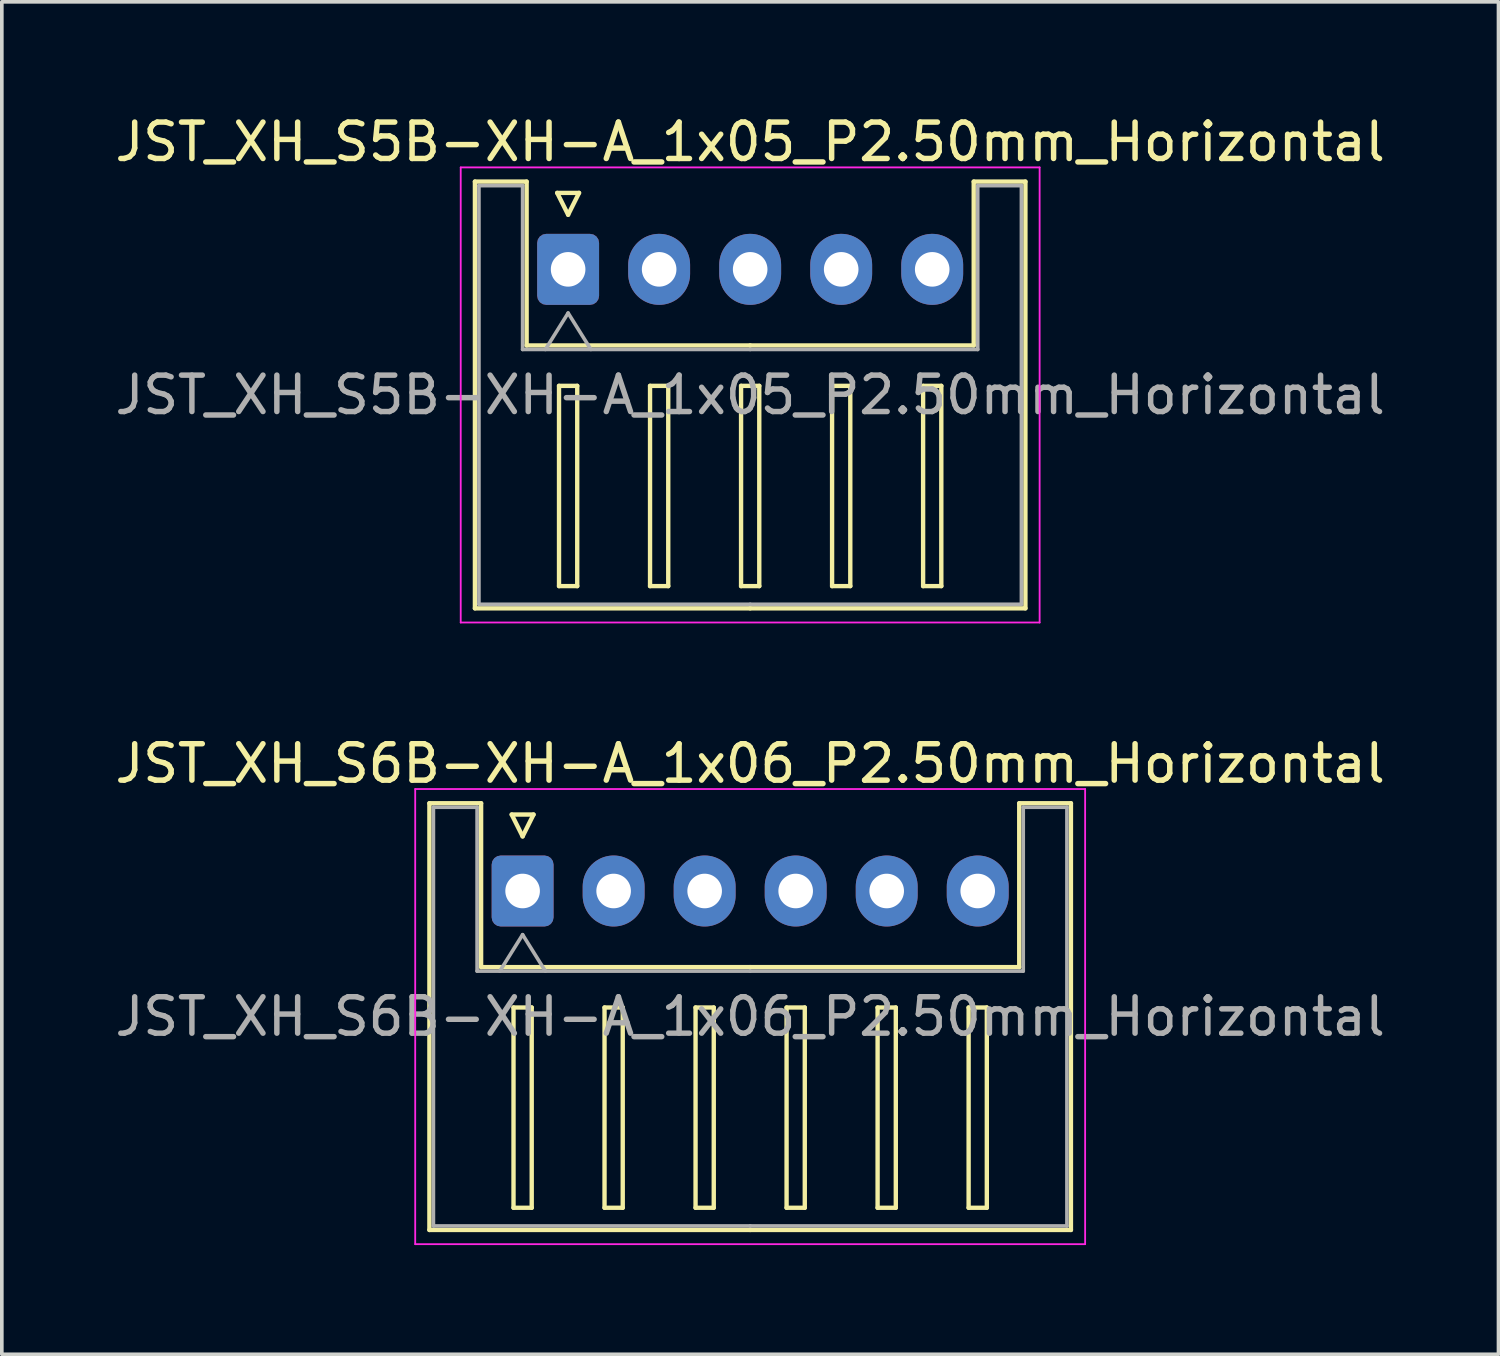
<source format=kicad_pcb>
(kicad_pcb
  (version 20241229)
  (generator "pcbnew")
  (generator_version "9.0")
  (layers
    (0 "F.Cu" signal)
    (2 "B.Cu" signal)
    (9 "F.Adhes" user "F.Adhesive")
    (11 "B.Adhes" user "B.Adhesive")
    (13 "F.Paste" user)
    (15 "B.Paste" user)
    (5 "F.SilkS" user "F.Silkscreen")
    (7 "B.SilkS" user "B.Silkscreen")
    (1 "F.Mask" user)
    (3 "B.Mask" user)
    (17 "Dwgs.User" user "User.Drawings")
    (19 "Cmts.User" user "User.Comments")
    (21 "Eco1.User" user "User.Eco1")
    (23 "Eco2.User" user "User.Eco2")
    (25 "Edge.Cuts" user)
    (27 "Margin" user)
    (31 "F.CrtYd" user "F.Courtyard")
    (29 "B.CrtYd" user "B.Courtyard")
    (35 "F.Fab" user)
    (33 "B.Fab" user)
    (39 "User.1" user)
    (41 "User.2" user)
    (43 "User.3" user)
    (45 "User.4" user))
  (footprint "JST_XH_S6B-XH-A_1x06_P2.50mm_Horizontal"
    (layer "F.Cu")
    (at 11.304 21.422)
    (property "Reference" "JST_XH_S6B-XH-A_1x06_P2.50mm_Horizontal" (at 6.25 -3.5 0) (layer "F.SilkS") (effects (font (size 1 1) (thickness 0.15))))
    (attr through_hole)
    (fp_line (start -2.56 -2.41) (end -1.14 -2.41) (stroke (width 0.12) (type solid)) (layer "F.SilkS"))
    (fp_line (start -2.56 9.31) (end -2.56 -2.41) (stroke (width 0.12) (type solid)) (layer "F.SilkS"))
    (fp_line (start -1.14 -2.41) (end -1.14 2.09) (stroke (width 0.12) (type solid)) (layer "F.SilkS"))
    (fp_line (start -1.14 2.09) (end 6.25 2.09) (stroke (width 0.12) (type solid)) (layer "F.SilkS"))
    (fp_line (start -0.3 -2.1) (end 0.3 -2.1) (stroke (width 0.12) (type solid)) (layer "F.SilkS"))
    (fp_line (start -0.25 3.2) (end -0.25 8.7) (stroke (width 0.12) (type solid)) (layer "F.SilkS"))
    (fp_line (start -0.25 8.7) (end 0.25 8.7) (stroke (width 0.12) (type solid)) (layer "F.SilkS"))
    (fp_line (start 0 -1.5) (end -0.3 -2.1) (stroke (width 0.12) (type solid)) (layer "F.SilkS"))
    (fp_line (start 0.25 3.2) (end -0.25 3.2) (stroke (width 0.12) (type solid)) (layer "F.SilkS"))
    (fp_line (start 0.25 8.7) (end 0.25 3.2) (stroke (width 0.12) (type solid)) (layer "F.SilkS"))
    (fp_line (start 0.3 -2.1) (end 0 -1.5) (stroke (width 0.12) (type solid)) (layer "F.SilkS"))
    (fp_line (start 2.25 3.2) (end 2.25 8.7) (stroke (width 0.12) (type solid)) (layer "F.SilkS"))
    (fp_line (start 2.25 8.7) (end 2.75 8.7) (stroke (width 0.12) (type solid)) (layer "F.SilkS"))
    (fp_line (start 2.75 3.2) (end 2.25 3.2) (stroke (width 0.12) (type solid)) (layer "F.SilkS"))
    (fp_line (start 2.75 8.7) (end 2.75 3.2) (stroke (width 0.12) (type solid)) (layer "F.SilkS"))
    (fp_line (start 4.75 3.2) (end 4.75 8.7) (stroke (width 0.12) (type solid)) (layer "F.SilkS"))
    (fp_line (start 4.75 8.7) (end 5.25 8.7) (stroke (width 0.12) (type solid)) (layer "F.SilkS"))
    (fp_line (start 5.25 3.2) (end 4.75 3.2) (stroke (width 0.12) (type solid)) (layer "F.SilkS"))
    (fp_line (start 5.25 8.7) (end 5.25 3.2) (stroke (width 0.12) (type solid)) (layer "F.SilkS"))
    (fp_line (start 6.25 9.31) (end -2.56 9.31) (stroke (width 0.12) (type solid)) (layer "F.SilkS"))
    (fp_line (start 6.25 9.31) (end 15.06 9.31) (stroke (width 0.12) (type solid)) (layer "F.SilkS"))
    (fp_line (start 7.25 3.2) (end 7.25 8.7) (stroke (width 0.12) (type solid)) (layer "F.SilkS"))
    (fp_line (start 7.25 8.7) (end 7.75 8.7) (stroke (width 0.12) (type solid)) (layer "F.SilkS"))
    (fp_line (start 7.75 3.2) (end 7.25 3.2) (stroke (width 0.12) (type solid)) (layer "F.SilkS"))
    (fp_line (start 7.75 8.7) (end 7.75 3.2) (stroke (width 0.12) (type solid)) (layer "F.SilkS"))
    (fp_line (start 9.75 3.2) (end 9.75 8.7) (stroke (width 0.12) (type solid)) (layer "F.SilkS"))
    (fp_line (start 9.75 8.7) (end 10.25 8.7) (stroke (width 0.12) (type solid)) (layer "F.SilkS"))
    (fp_line (start 10.25 3.2) (end 9.75 3.2) (stroke (width 0.12) (type solid)) (layer "F.SilkS"))
    (fp_line (start 10.25 8.7) (end 10.25 3.2) (stroke (width 0.12) (type solid)) (layer "F.SilkS"))
    (fp_line (start 12.25 3.2) (end 12.25 8.7) (stroke (width 0.12) (type solid)) (layer "F.SilkS"))
    (fp_line (start 12.25 8.7) (end 12.75 8.7) (stroke (width 0.12) (type solid)) (layer "F.SilkS"))
    (fp_line (start 12.75 3.2) (end 12.25 3.2) (stroke (width 0.12) (type solid)) (layer "F.SilkS"))
    (fp_line (start 12.75 8.7) (end 12.75 3.2) (stroke (width 0.12) (type solid)) (layer "F.SilkS"))
    (fp_line (start 13.64 -2.41) (end 13.64 2.09) (stroke (width 0.12) (type solid)) (layer "F.SilkS"))
    (fp_line (start 13.64 2.09) (end 6.25 2.09) (stroke (width 0.12) (type solid)) (layer "F.SilkS"))
    (fp_line (start 15.06 -2.41) (end 13.64 -2.41) (stroke (width 0.12) (type solid)) (layer "F.SilkS"))
    (fp_line (start 15.06 9.31) (end 15.06 -2.41) (stroke (width 0.12) (type solid)) (layer "F.SilkS"))
    (fp_line (start -2.95 -2.8) (end -2.95 9.7) (stroke (width 0.05) (type solid)) (layer "F.CrtYd"))
    (fp_line (start -2.95 9.7) (end 15.45 9.7) (stroke (width 0.05) (type solid)) (layer "F.CrtYd"))
    (fp_line (start 15.45 -2.8) (end -2.95 -2.8) (stroke (width 0.05) (type solid)) (layer "F.CrtYd"))
    (fp_line (start 15.45 9.7) (end 15.45 -2.8) (stroke (width 0.05) (type solid)) (layer "F.CrtYd"))
    (fp_line (start -2.45 -2.3) (end -1.25 -2.3) (stroke (width 0.1) (type solid)) (layer "F.Fab"))
    (fp_line (start -2.45 9.2) (end -2.45 -2.3) (stroke (width 0.1) (type solid)) (layer "F.Fab"))
    (fp_line (start -1.25 -2.3) (end -1.25 2.2) (stroke (width 0.1) (type solid)) (layer "F.Fab"))
    (fp_line (start -1.25 2.2) (end 6.25 2.2) (stroke (width 0.1) (type solid)) (layer "F.Fab"))
    (fp_line (start -0.625 2.2) (end 0 1.2) (stroke (width 0.1) (type solid)) (layer "F.Fab"))
    (fp_line (start 0 1.2) (end 0.625 2.2) (stroke (width 0.1) (type solid)) (layer "F.Fab"))
    (fp_line (start 6.25 9.2) (end -2.45 9.2) (stroke (width 0.1) (type solid)) (layer "F.Fab"))
    (fp_line (start 6.25 9.2) (end 14.95 9.2) (stroke (width 0.1) (type solid)) (layer "F.Fab"))
    (fp_line (start 13.75 -2.3) (end 13.75 2.2) (stroke (width 0.1) (type solid)) (layer "F.Fab"))
    (fp_line (start 13.75 2.2) (end 6.25 2.2) (stroke (width 0.1) (type solid)) (layer "F.Fab"))
    (fp_line (start 14.95 -2.3) (end 13.75 -2.3) (stroke (width 0.1) (type solid)) (layer "F.Fab"))
    (fp_line (start 14.95 9.2) (end 14.95 -2.3) (stroke (width 0.1) (type solid)) (layer "F.Fab"))
    (fp_text user "${REFERENCE}" (at 6.25 3.45 0) (layer "F.Fab") (effects (font (size 1 1) (thickness 0.15))))
    (pad "1" thru_hole roundrect (at 0 0) (size 1.7 1.95) (drill 0.95) (layers "*.Cu" "*.Mask") (roundrect_rratio 0.147))
    (pad "2" thru_hole oval (at 2.5 0) (size 1.7 1.95) (drill 0.95) (layers "*.Cu" "*.Mask"))
    (pad "3" thru_hole oval (at 5 0) (size 1.7 1.95) (drill 0.95) (layers "*.Cu" "*.Mask"))
    (pad "4" thru_hole oval (at 7.5 0) (size 1.7 1.95) (drill 0.95) (layers "*.Cu" "*.Mask"))
    (pad "5" thru_hole oval (at 10 0) (size 1.7 1.95) (drill 0.95) (layers "*.Cu" "*.Mask"))
    (pad "6" thru_hole oval (at 12.5 0) (size 1.7 1.95) (drill 0.95) (layers "*.Cu" "*.Mask")))
  (footprint "JST_XH_S5B-XH-A_1x05_P2.50mm_Horizontal"
    (layer "F.Cu")
    (at 12.554 4.348)
    (property "Reference" "JST_XH_S5B-XH-A_1x05_P2.50mm_Horizontal" (at 5 -3.5 0) (layer "F.SilkS") (effects (font (size 1 1) (thickness 0.15))))
    (attr through_hole)
    (fp_line (start -2.56 -2.41) (end -1.14 -2.41) (stroke (width 0.12) (type solid)) (layer "F.SilkS"))
    (fp_line (start -2.56 9.31) (end -2.56 -2.41) (stroke (width 0.12) (type solid)) (layer "F.SilkS"))
    (fp_line (start -1.14 -2.41) (end -1.14 2.09) (stroke (width 0.12) (type solid)) (layer "F.SilkS"))
    (fp_line (start -1.14 2.09) (end 5 2.09) (stroke (width 0.12) (type solid)) (layer "F.SilkS"))
    (fp_line (start -0.3 -2.1) (end 0.3 -2.1) (stroke (width 0.12) (type solid)) (layer "F.SilkS"))
    (fp_line (start -0.25 3.2) (end -0.25 8.7) (stroke (width 0.12) (type solid)) (layer "F.SilkS"))
    (fp_line (start -0.25 8.7) (end 0.25 8.7) (stroke (width 0.12) (type solid)) (layer "F.SilkS"))
    (fp_line (start 0 -1.5) (end -0.3 -2.1) (stroke (width 0.12) (type solid)) (layer "F.SilkS"))
    (fp_line (start 0.25 3.2) (end -0.25 3.2) (stroke (width 0.12) (type solid)) (layer "F.SilkS"))
    (fp_line (start 0.25 8.7) (end 0.25 3.2) (stroke (width 0.12) (type solid)) (layer "F.SilkS"))
    (fp_line (start 0.3 -2.1) (end 0 -1.5) (stroke (width 0.12) (type solid)) (layer "F.SilkS"))
    (fp_line (start 2.25 3.2) (end 2.25 8.7) (stroke (width 0.12) (type solid)) (layer "F.SilkS"))
    (fp_line (start 2.25 8.7) (end 2.75 8.7) (stroke (width 0.12) (type solid)) (layer "F.SilkS"))
    (fp_line (start 2.75 3.2) (end 2.25 3.2) (stroke (width 0.12) (type solid)) (layer "F.SilkS"))
    (fp_line (start 2.75 8.7) (end 2.75 3.2) (stroke (width 0.12) (type solid)) (layer "F.SilkS"))
    (fp_line (start 4.75 3.2) (end 4.75 8.7) (stroke (width 0.12) (type solid)) (layer "F.SilkS"))
    (fp_line (start 4.75 8.7) (end 5.25 8.7) (stroke (width 0.12) (type solid)) (layer "F.SilkS"))
    (fp_line (start 5 9.31) (end -2.56 9.31) (stroke (width 0.12) (type solid)) (layer "F.SilkS"))
    (fp_line (start 5 9.31) (end 12.56 9.31) (stroke (width 0.12) (type solid)) (layer "F.SilkS"))
    (fp_line (start 5.25 3.2) (end 4.75 3.2) (stroke (width 0.12) (type solid)) (layer "F.SilkS"))
    (fp_line (start 5.25 8.7) (end 5.25 3.2) (stroke (width 0.12) (type solid)) (layer "F.SilkS"))
    (fp_line (start 7.25 3.2) (end 7.25 8.7) (stroke (width 0.12) (type solid)) (layer "F.SilkS"))
    (fp_line (start 7.25 8.7) (end 7.75 8.7) (stroke (width 0.12) (type solid)) (layer "F.SilkS"))
    (fp_line (start 7.75 3.2) (end 7.25 3.2) (stroke (width 0.12) (type solid)) (layer "F.SilkS"))
    (fp_line (start 7.75 8.7) (end 7.75 3.2) (stroke (width 0.12) (type solid)) (layer "F.SilkS"))
    (fp_line (start 9.75 3.2) (end 9.75 8.7) (stroke (width 0.12) (type solid)) (layer "F.SilkS"))
    (fp_line (start 9.75 8.7) (end 10.25 8.7) (stroke (width 0.12) (type solid)) (layer "F.SilkS"))
    (fp_line (start 10.25 3.2) (end 9.75 3.2) (stroke (width 0.12) (type solid)) (layer "F.SilkS"))
    (fp_line (start 10.25 8.7) (end 10.25 3.2) (stroke (width 0.12) (type solid)) (layer "F.SilkS"))
    (fp_line (start 11.14 -2.41) (end 11.14 2.09) (stroke (width 0.12) (type solid)) (layer "F.SilkS"))
    (fp_line (start 11.14 2.09) (end 5 2.09) (stroke (width 0.12) (type solid)) (layer "F.SilkS"))
    (fp_line (start 12.56 -2.41) (end 11.14 -2.41) (stroke (width 0.12) (type solid)) (layer "F.SilkS"))
    (fp_line (start 12.56 9.31) (end 12.56 -2.41) (stroke (width 0.12) (type solid)) (layer "F.SilkS"))
    (fp_line (start -2.95 -2.8) (end -2.95 9.7) (stroke (width 0.05) (type solid)) (layer "F.CrtYd"))
    (fp_line (start -2.95 9.7) (end 12.95 9.7) (stroke (width 0.05) (type solid)) (layer "F.CrtYd"))
    (fp_line (start 12.95 -2.8) (end -2.95 -2.8) (stroke (width 0.05) (type solid)) (layer "F.CrtYd"))
    (fp_line (start 12.95 9.7) (end 12.95 -2.8) (stroke (width 0.05) (type solid)) (layer "F.CrtYd"))
    (fp_line (start -2.45 -2.3) (end -1.25 -2.3) (stroke (width 0.1) (type solid)) (layer "F.Fab"))
    (fp_line (start -2.45 9.2) (end -2.45 -2.3) (stroke (width 0.1) (type solid)) (layer "F.Fab"))
    (fp_line (start -1.25 -2.3) (end -1.25 2.2) (stroke (width 0.1) (type solid)) (layer "F.Fab"))
    (fp_line (start -1.25 2.2) (end 5 2.2) (stroke (width 0.1) (type solid)) (layer "F.Fab"))
    (fp_line (start -0.625 2.2) (end 0 1.2) (stroke (width 0.1) (type solid)) (layer "F.Fab"))
    (fp_line (start 0 1.2) (end 0.625 2.2) (stroke (width 0.1) (type solid)) (layer "F.Fab"))
    (fp_line (start 5 9.2) (end -2.45 9.2) (stroke (width 0.1) (type solid)) (layer "F.Fab"))
    (fp_line (start 5 9.2) (end 12.45 9.2) (stroke (width 0.1) (type solid)) (layer "F.Fab"))
    (fp_line (start 11.25 -2.3) (end 11.25 2.2) (stroke (width 0.1) (type solid)) (layer "F.Fab"))
    (fp_line (start 11.25 2.2) (end 5 2.2) (stroke (width 0.1) (type solid)) (layer "F.Fab"))
    (fp_line (start 12.45 -2.3) (end 11.25 -2.3) (stroke (width 0.1) (type solid)) (layer "F.Fab"))
    (fp_line (start 12.45 9.2) (end 12.45 -2.3) (stroke (width 0.1) (type solid)) (layer "F.Fab"))
    (fp_text user "${REFERENCE}" (at 5 3.45 0) (layer "F.Fab") (effects (font (size 1 1) (thickness 0.15))))
    (pad "1" thru_hole roundrect (at 0 0) (size 1.7 1.95) (drill 0.95) (layers "*.Cu" "*.Mask") (roundrect_rratio 0.147))
    (pad "2" thru_hole oval (at 2.5 0) (size 1.7 1.95) (drill 0.95) (layers "*.Cu" "*.Mask"))
    (pad "3" thru_hole oval (at 5 0) (size 1.7 1.95) (drill 0.95) (layers "*.Cu" "*.Mask"))
    (pad "4" thru_hole oval (at 7.5 0) (size 1.7 1.95) (drill 0.95) (layers "*.Cu" "*.Mask"))
    (pad "5" thru_hole oval (at 10 0) (size 1.7 1.95) (drill 0.95) (layers "*.Cu" "*.Mask")))
  (gr_rect
    (start -3 -3)
    (end 38.107 34.147)
    (stroke (width 0.1) (type default))
    (fill no)
    (layer "Edge.Cuts")))
</source>
